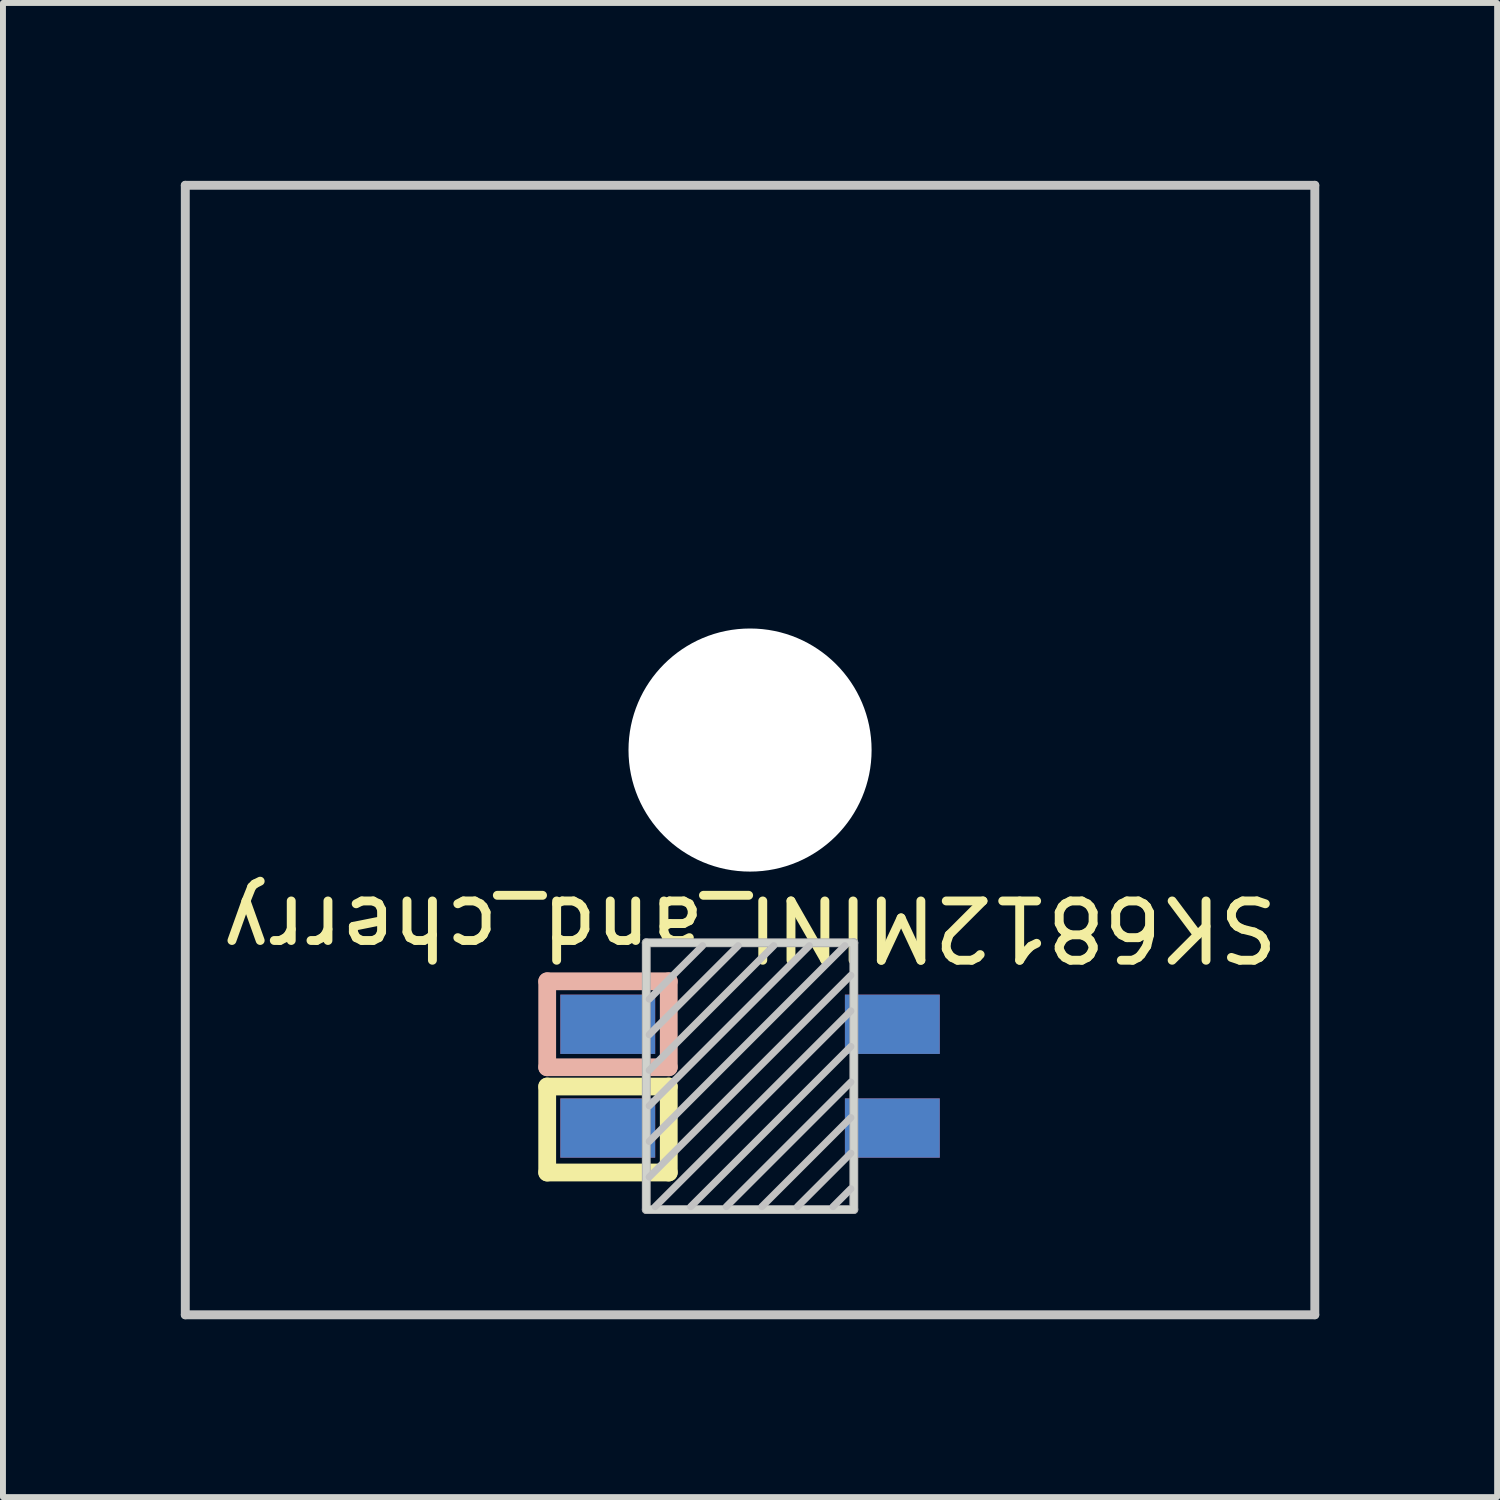
<source format=kicad_pcb>
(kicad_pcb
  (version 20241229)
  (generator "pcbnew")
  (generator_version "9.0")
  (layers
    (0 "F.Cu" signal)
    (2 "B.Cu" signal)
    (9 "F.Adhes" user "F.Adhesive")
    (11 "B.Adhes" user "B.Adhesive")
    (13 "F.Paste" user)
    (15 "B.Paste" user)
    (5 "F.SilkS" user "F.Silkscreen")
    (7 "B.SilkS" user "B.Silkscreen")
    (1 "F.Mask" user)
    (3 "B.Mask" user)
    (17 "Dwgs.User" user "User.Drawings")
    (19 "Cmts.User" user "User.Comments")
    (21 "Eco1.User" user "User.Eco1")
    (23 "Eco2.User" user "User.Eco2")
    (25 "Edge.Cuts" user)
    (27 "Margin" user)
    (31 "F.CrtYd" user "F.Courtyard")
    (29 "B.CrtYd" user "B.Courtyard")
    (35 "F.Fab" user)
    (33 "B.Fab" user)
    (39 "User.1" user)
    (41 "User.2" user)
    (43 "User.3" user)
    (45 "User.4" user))
  (footprint "SK6812MINI_and_cherry"
    (layer "F.Cu")
    (at 9.6 9.6)
    (property "Reference" "SK6812MINI_and_cherry" (at 0 3 180) (unlocked yes) (layer "F.SilkS") (effects (font (size 1 1) (thickness 0.15))))
    (attr through_hole)
    (fp_line (start -3.421 5.675) (end -1.371 5.675) (stroke (width 0.3) (type solid)) (layer "F.SilkS"))
    (fp_line (start -3.421 7.125) (end -3.421 5.675) (stroke (width 0.3) (type solid)) (layer "F.SilkS"))
    (fp_line (start -1.371 5.675) (end -1.371 7.125) (stroke (width 0.3) (type solid)) (layer "F.SilkS"))
    (fp_line (start -1.371 7.125) (end -3.421 7.125) (stroke (width 0.3) (type solid)) (layer "F.SilkS"))
    (fp_line (start -3.421 3.9) (end -1.371 3.9) (stroke (width 0.3) (type solid)) (layer "B.SilkS"))
    (fp_line (start -3.421 5.35) (end -3.421 3.9) (stroke (width 0.3) (type solid)) (layer "B.SilkS"))
    (fp_line (start -1.371 3.9) (end -1.371 5.35) (stroke (width 0.3) (type solid)) (layer "B.SilkS"))
    (fp_line (start -1.371 5.35) (end -3.421 5.35) (stroke (width 0.3) (type solid)) (layer "B.SilkS"))
    (fp_line (start -9.525 -9.525) (end 9.525 -9.525) (stroke (width 0.15) (type solid)) (layer "Dwgs.User"))
    (fp_line (start -9.525 9.525) (end -9.525 -9.525) (stroke (width 0.15) (type solid)) (layer "Dwgs.User"))
    (fp_line (start -0.8 3.3) (end -1.7 4.2) (stroke (width 0.12) (type solid)) (layer "Dwgs.User"))
    (fp_line (start -0.2 3.3) (end -1.7 4.8) (stroke (width 0.12) (type solid)) (layer "Dwgs.User"))
    (fp_line (start 0.4 3.3) (end -1.7 5.4) (stroke (width 0.12) (type solid)) (layer "Dwgs.User"))
    (fp_line (start 1 3.3) (end -1.7 6) (stroke (width 0.12) (type solid)) (layer "Dwgs.User"))
    (fp_line (start 1.6 3.3) (end -1.7 6.6) (stroke (width 0.12) (type solid)) (layer "Dwgs.User"))
    (fp_line (start 1.7 3.8) (end -1.7 7.2) (stroke (width 0.12) (type solid)) (layer "Dwgs.User"))
    (fp_line (start 1.7 4.4) (end -1.6 7.7) (stroke (width 0.12) (type solid)) (layer "Dwgs.User"))
    (fp_line (start 1.7 5) (end -1 7.7) (stroke (width 0.12) (type solid)) (layer "Dwgs.User"))
    (fp_line (start 1.7 5.6) (end -0.4 7.7) (stroke (width 0.12) (type solid)) (layer "Dwgs.User"))
    (fp_line (start 1.7 6.2) (end 0.2 7.7) (stroke (width 0.12) (type solid)) (layer "Dwgs.User"))
    (fp_line (start 1.7 6.8) (end 0.8 7.7) (stroke (width 0.12) (type solid)) (layer "Dwgs.User"))
    (fp_line (start 1.7 7.4) (end 1.4 7.7) (stroke (width 0.12) (type solid)) (layer "Dwgs.User"))
    (fp_line (start 9.525 -9.525) (end 9.525 9.525) (stroke (width 0.15) (type solid)) (layer "Dwgs.User"))
    (fp_line (start 9.525 9.525) (end -9.525 9.525) (stroke (width 0.15) (type solid)) (layer "Dwgs.User"))
    (fp_rect (start 1.75 7.75) (end -1.75 3.25) (stroke (width 0.12) (type solid)) (fill no) (layer "Edge.Cuts"))
    (fp_line (start -1.75 3.25) (end -1.75 7.75) (stroke (width 0.15) (type solid)) (layer "F.Fab"))
    (fp_line (start -1.75 3.25) (end 1.75 3.25) (stroke (width 0.15) (type solid)) (layer "F.Fab"))
    (fp_line (start 1.75 3.25) (end 1.75 7.75) (stroke (width 0.15) (type solid)) (layer "F.Fab"))
    (fp_line (start 1.75 7.75) (end -1.75 7.75) (stroke (width 0.15) (type solid)) (layer "F.Fab"))
    (pad "" np_thru_hole circle (at 0 0 90) (size 4.1 4.1) (drill 4.1) (layers "*.Cu" "*.Mask"))
    (pad "1" smd rect (at -2.4 4.625) (size 1.6 1) (layers "B.Cu" "B.Mask" "B.Paste"))
    (pad "1" smd rect (at -2.4 6.375) (size 1.6 1) (layers "F.Cu" "F.Mask" "F.Paste"))
    (pad "2" smd rect (at -2.4 4.625) (size 1.6 1) (layers "F.Cu" "F.Mask" "F.Paste"))
    (pad "2" smd rect (at -2.4 6.375) (size 1.6 1) (layers "B.Cu" "B.Mask" "B.Paste"))
    (pad "3" smd rect (at 2.4 4.625) (size 1.6 1) (layers "F.Cu" "F.Mask" "F.Paste"))
    (pad "3" smd rect (at 2.4 6.375) (size 1.6 1) (layers "B.Cu" "B.Mask" "B.Paste"))
    (pad "4" smd rect (at 2.4 4.625) (size 1.6 1) (layers "B.Cu" "B.Mask" "B.Paste"))
    (pad "4" smd rect (at 2.4 6.375) (size 1.6 1) (layers "F.Cu" "F.Mask" "F.Paste")))
  (gr_rect
    (start -3 -3)
    (end 22.2 22.2)
    (stroke (width 0.1) (type default))
    (fill no)
    (layer "Edge.Cuts")))
</source>
